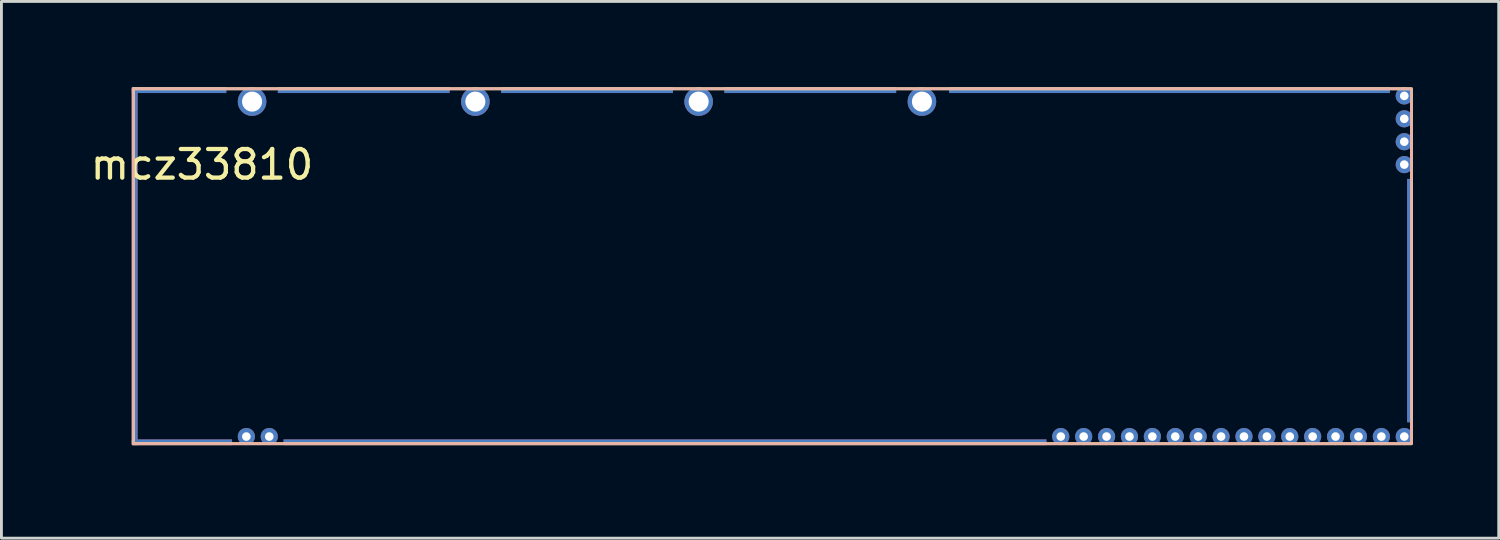
<source format=kicad_pcb>
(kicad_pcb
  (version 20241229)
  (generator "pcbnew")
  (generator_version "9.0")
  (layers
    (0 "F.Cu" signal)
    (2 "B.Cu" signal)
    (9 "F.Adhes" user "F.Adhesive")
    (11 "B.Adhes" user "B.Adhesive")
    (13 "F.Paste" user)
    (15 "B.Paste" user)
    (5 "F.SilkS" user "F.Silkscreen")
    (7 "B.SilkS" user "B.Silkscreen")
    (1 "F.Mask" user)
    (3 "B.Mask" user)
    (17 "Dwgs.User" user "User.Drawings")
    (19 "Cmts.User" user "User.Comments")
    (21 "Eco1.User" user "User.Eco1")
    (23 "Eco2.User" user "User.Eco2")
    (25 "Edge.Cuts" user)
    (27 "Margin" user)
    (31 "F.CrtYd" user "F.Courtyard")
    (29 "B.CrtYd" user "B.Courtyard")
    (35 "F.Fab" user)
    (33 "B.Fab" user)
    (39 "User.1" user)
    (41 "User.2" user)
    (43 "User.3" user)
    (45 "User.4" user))
  (footprint "mcz33810"
    (layer "F.Cu")
    (at 1.556 12.5)
    (property "Reference" "mcz33810" (at 2.45 -9.8 0) (unlocked yes) (layer "F.SilkS") (effects (font (size 1 1) (thickness 0.15))))
    (fp_rect (start 0.05 -12.45) (end 44.7 -0.05) (stroke (width 0.1) (type default)) (fill no) (layer "F.SilkS"))
    (fp_rect (start 0.05 -0.05) (end 44.7 -12.45) (stroke (width 0.1) (type default)) (fill no) (layer "B.SilkS"))
    (pad "E1" thru_hole circle (at 44.45 -9.8 180) (size 0.6 0.6) (drill 0.3) (layers "*.Cu"))
    (pad "E2" thru_hole circle (at 44.45 -10.6 270) (size 0.6 0.6) (drill 0.3) (layers "*.Cu"))
    (pad "E3" thru_hole circle (at 44.45 -11.4 270) (size 0.6 0.6) (drill 0.3) (layers "*.Cu"))
    (pad "E4" thru_hole circle (at 44.45 -12.2 180) (size 0.6 0.6) (drill 0.3) (layers "*.Cu"))
    (pad "G" smd rect (at 0.1 -6.25 180) (size 0.2 12.5) (layers "F.Cu"))
    (pad "G" smd rect (at 0.1 -6.25 180) (size 0.2 12.5) (layers "B.Cu"))
    (pad "G" smd rect (at 0.1 -6.25 180) (size 0.2 12.5) (layers "In1.Cu"))
    (pad "G" smd rect (at 0.1 -6.25 180) (size 0.2 12.5) (layers "In2.Cu"))
    (pad "G" smd rect (at 1.65 -12.4 90) (size 0.2 3.3) (layers "F.Cu"))
    (pad "G" smd rect (at 1.65 -12.4 90) (size 0.2 3.3) (layers "B.Cu"))
    (pad "G" smd rect (at 1.65 -12.4 90) (size 0.2 3.3) (layers "In1.Cu"))
    (pad "G" smd rect (at 1.65 -12.4 90) (size 0.2 3.3) (layers "In2.Cu"))
    (pad "G" smd rect (at 1.75 -0.1 90) (size 0.2 3.5) (layers "F.Cu"))
    (pad "G" smd rect (at 1.75 -0.1 90) (size 0.2 3.5) (layers "B.Cu"))
    (pad "G" smd rect (at 1.75 -0.1 90) (size 0.2 3.5) (layers "In1.Cu"))
    (pad "G" smd rect (at 1.75 -0.1 90) (size 0.2 3.5) (layers "In2.Cu"))
    (pad "G" smd rect (at 8.1 -12.4 90) (size 0.2 6) (layers "F.Cu"))
    (pad "G" smd rect (at 8.1 -12.4 90) (size 0.2 6) (layers "B.Cu"))
    (pad "G" smd rect (at 8.1 -12.4 90) (size 0.2 6) (layers "In1.Cu"))
    (pad "G" smd rect (at 8.1 -12.4 90) (size 0.2 6) (layers "In2.Cu"))
    (pad "G" smd rect (at 15.9 -12.4 90) (size 0.2 6) (layers "F.Cu"))
    (pad "G" smd rect (at 15.9 -12.4 90) (size 0.2 6) (layers "B.Cu"))
    (pad "G" smd rect (at 15.9 -12.4 90) (size 0.2 6) (layers "In1.Cu"))
    (pad "G" smd rect (at 15.9 -12.4 90) (size 0.2 6) (layers "In2.Cu"))
    (pad "G" smd rect (at 18.625 -0.1 90) (size 0.2 26.65) (layers "F.Cu"))
    (pad "G" smd rect (at 18.625 -0.1 90) (size 0.2 26.65) (layers "B.Cu"))
    (pad "G" smd rect (at 18.625 -0.1 90) (size 0.2 26.65) (layers "In1.Cu"))
    (pad "G" smd rect (at 18.625 -0.1 90) (size 0.2 26.65) (layers "In2.Cu"))
    (pad "G" smd rect (at 23.7 -12.4 90) (size 0.2 6) (layers "F.Cu"))
    (pad "G" smd rect (at 23.7 -12.4 90) (size 0.2 6) (layers "B.Cu"))
    (pad "G" smd rect (at 23.7 -12.4 90) (size 0.2 6) (layers "In1.Cu"))
    (pad "G" smd rect (at 23.7 -12.4 90) (size 0.2 6) (layers "In2.Cu"))
    (pad "G" smd rect (at 36.25 -12.4 90) (size 0.2 15.4) (layers "F.Cu"))
    (pad "G" smd rect (at 36.25 -12.4 90) (size 0.2 15.4) (layers "B.Cu"))
    (pad "G" smd rect (at 36.25 -12.4 90) (size 0.2 15.4) (layers "In1.Cu"))
    (pad "G" smd rect (at 36.25 -12.4 90) (size 0.2 15.4) (layers "In2.Cu"))
    (pad "G" smd rect (at 44.65 -5.05) (size 0.2 8.5) (layers "F.Cu"))
    (pad "G" smd rect (at 44.65 -5.05) (size 0.2 8.5) (layers "B.Cu"))
    (pad "G" smd rect (at 44.65 -5.05) (size 0.2 8.5) (layers "In1.Cu"))
    (pad "G" smd rect (at 44.65 -5.05) (size 0.2 8.5) (layers "In2.Cu"))
    (pad "N1" thru_hole circle (at 4.2 -12 180) (size 1 1) (drill 0.7) (layers "*.Cu"))
    (pad "N2" thru_hole circle (at 12 -12 180) (size 1 1) (drill 0.7) (layers "*.Cu"))
    (pad "N3" thru_hole circle (at 19.8 -12 180) (size 1 1) (drill 0.7) (layers "*.Cu"))
    (pad "N4" thru_hole circle (at 27.6 -12 180) (size 1 1) (drill 0.7) (layers "*.Cu"))
    (pad "S1" thru_hole circle (at 44.45 -0.3 180) (size 0.6 0.6) (drill 0.3) (layers "*.Cu"))
    (pad "S2" thru_hole circle (at 43.65 -0.3 180) (size 0.6 0.6) (drill 0.3) (layers "*.Cu"))
    (pad "S3" thru_hole circle (at 42.85 -0.3 180) (size 0.6 0.6) (drill 0.3) (layers "*.Cu"))
    (pad "S4" thru_hole circle (at 42.05 -0.3 180) (size 0.6 0.6) (drill 0.3) (layers "*.Cu"))
    (pad "S5" thru_hole circle (at 41.25 -0.3 180) (size 0.6 0.6) (drill 0.3) (layers "*.Cu"))
    (pad "S6" thru_hole circle (at 40.45 -0.3 180) (size 0.6 0.6) (drill 0.3) (layers "*.Cu"))
    (pad "S7" thru_hole circle (at 39.65 -0.3 180) (size 0.6 0.6) (drill 0.3) (layers "*.Cu"))
    (pad "S8" thru_hole circle (at 38.85 -0.3 180) (size 0.6 0.6) (drill 0.3) (layers "*.Cu"))
    (pad "S9" thru_hole circle (at 38.05 -0.3 180) (size 0.6 0.6) (drill 0.3) (layers "*.Cu"))
    (pad "S10" thru_hole circle (at 37.25 -0.3 180) (size 0.6 0.6) (drill 0.3) (layers "*.Cu"))
    (pad "S11" thru_hole circle (at 36.45 -0.3 180) (size 0.6 0.6) (drill 0.3) (layers "*.Cu"))
    (pad "S12" thru_hole circle (at 35.65 -0.3 180) (size 0.6 0.6) (drill 0.3) (layers "*.Cu"))
    (pad "S13" thru_hole circle (at 34.85 -0.3 180) (size 0.6 0.6) (drill 0.3) (layers "*.Cu"))
    (pad "S14" thru_hole circle (at 34.05 -0.3 180) (size 0.6 0.6) (drill 0.3) (layers "*.Cu"))
    (pad "S15" thru_hole circle (at 33.25 -0.3 180) (size 0.6 0.6) (drill 0.3) (layers "*.Cu"))
    (pad "S16" thru_hole circle (at 32.45 -0.3 180) (size 0.6 0.6) (drill 0.3) (layers "*.Cu"))
    (pad "S17" thru_hole circle (at 4.8 -0.3 180) (size 0.6 0.6) (drill 0.3) (layers "*.Cu"))
    (pad "S18" thru_hole circle (at 4 -0.3 180) (size 0.6 0.6) (drill 0.3) (layers "*.Cu"))
    (zone (net_name "") (layers "F.Cu" "B.Cu") (hatch edge 0.508) (connect_pads) (min_thickness 0.254) (filled_areas_thickness no) (keepout (tracks allowed) (vias allowed) (pads allowed) (copperpour not_allowed) (footprints allowed)) (placement (enabled no)) (fill) (polygon (pts (xy 46.206 12.4) (xy 1.556 12.4) (xy 1.556 0.1) (xy 46.206 0.1)))))
  (gr_rect
    (start -3 -3)
    (end 49.306 15.75)
    (stroke (width 0.1) (type default))
    (fill no)
    (layer "Edge.Cuts")))
</source>
